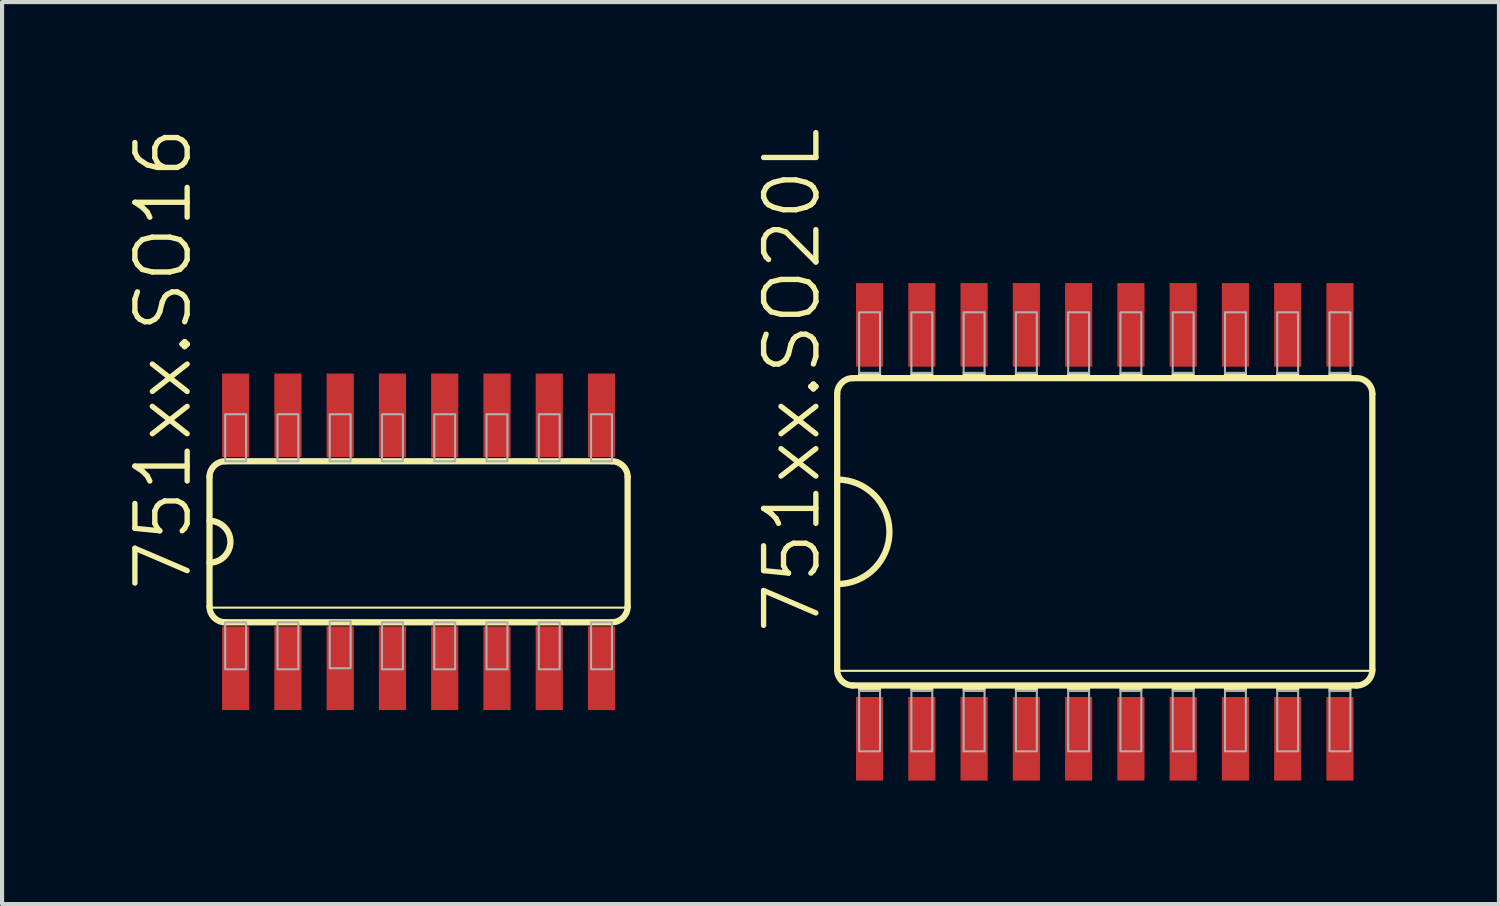
<source format=kicad_pcb>
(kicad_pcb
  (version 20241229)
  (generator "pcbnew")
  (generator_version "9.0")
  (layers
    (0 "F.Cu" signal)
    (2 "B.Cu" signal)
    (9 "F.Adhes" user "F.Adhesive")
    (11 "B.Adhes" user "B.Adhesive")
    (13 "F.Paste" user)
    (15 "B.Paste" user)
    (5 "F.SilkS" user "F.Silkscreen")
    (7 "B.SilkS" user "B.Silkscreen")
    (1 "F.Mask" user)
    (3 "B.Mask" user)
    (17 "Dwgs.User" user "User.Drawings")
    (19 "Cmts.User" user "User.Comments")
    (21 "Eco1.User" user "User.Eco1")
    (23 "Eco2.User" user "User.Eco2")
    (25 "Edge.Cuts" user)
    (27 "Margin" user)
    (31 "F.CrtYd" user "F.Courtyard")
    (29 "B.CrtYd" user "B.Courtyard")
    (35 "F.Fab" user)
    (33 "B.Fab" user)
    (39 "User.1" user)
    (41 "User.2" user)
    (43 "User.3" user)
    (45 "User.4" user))
  (footprint "751xx.SO20L"
    (layer "F.Cu")
    (at 23.795 9.873)
    (property "Reference" "751xx.SO20L" (at -6.858 2.54 90) (layer "F.SilkS") (effects (font (size 1.27 1.27) (thickness 0.13)) (justify left bottom)))
    (attr smd)
    (fp_line (start -6.502 -3.353) (end -6.502 3.353) (stroke (width 0.152) (type default)) (layer "F.SilkS"))
    (fp_line (start -6.477 3.378) (end 6.477 3.378) (stroke (width 0.051) (type default)) (layer "F.SilkS"))
    (fp_line (start -6.121 3.734) (end 6.121 3.734) (stroke (width 0.152) (type default)) (layer "F.SilkS"))
    (fp_line (start 6.121 -3.734) (end -6.121 -3.734) (stroke (width 0.152) (type default)) (layer "F.SilkS"))
    (fp_line (start 6.502 3.353) (end 6.502 -3.353) (stroke (width 0.152) (type default)) (layer "F.SilkS"))
    (fp_rect (start -5.969 -3.734) (end -5.461 -3.861) (stroke (width 0.05) (type default)) (fill yes) (layer "F.SilkS"))
    (fp_rect (start -5.969 3.861) (end -5.461 3.734) (stroke (width 0.05) (type default)) (fill yes) (layer "F.SilkS"))
    (fp_rect (start -4.699 -3.734) (end -4.191 -3.861) (stroke (width 0.05) (type default)) (fill yes) (layer "F.SilkS"))
    (fp_rect (start -4.699 3.861) (end -4.191 3.734) (stroke (width 0.05) (type default)) (fill yes) (layer "F.SilkS"))
    (fp_rect (start -3.429 -3.734) (end -2.921 -3.861) (stroke (width 0.05) (type default)) (fill yes) (layer "F.SilkS"))
    (fp_rect (start -3.429 3.861) (end -2.921 3.734) (stroke (width 0.05) (type default)) (fill yes) (layer "F.SilkS"))
    (fp_rect (start -2.159 -3.734) (end -1.651 -3.861) (stroke (width 0.05) (type default)) (fill yes) (layer "F.SilkS"))
    (fp_rect (start -2.159 3.861) (end -1.651 3.734) (stroke (width 0.05) (type default)) (fill yes) (layer "F.SilkS"))
    (fp_rect (start -0.889 -3.734) (end -0.381 -3.861) (stroke (width 0.05) (type default)) (fill yes) (layer "F.SilkS"))
    (fp_rect (start -0.889 3.861) (end -0.381 3.734) (stroke (width 0.05) (type default)) (fill yes) (layer "F.SilkS"))
    (fp_rect (start 0.381 -3.734) (end 0.889 -3.861) (stroke (width 0.05) (type default)) (fill yes) (layer "F.SilkS"))
    (fp_rect (start 0.381 3.861) (end 0.889 3.734) (stroke (width 0.05) (type default)) (fill yes) (layer "F.SilkS"))
    (fp_rect (start 1.651 -3.734) (end 2.159 -3.861) (stroke (width 0.05) (type default)) (fill yes) (layer "F.SilkS"))
    (fp_rect (start 1.651 3.861) (end 2.159 3.734) (stroke (width 0.05) (type default)) (fill yes) (layer "F.SilkS"))
    (fp_rect (start 2.921 -3.734) (end 3.429 -3.861) (stroke (width 0.05) (type default)) (fill yes) (layer "F.SilkS"))
    (fp_rect (start 2.921 3.861) (end 3.429 3.734) (stroke (width 0.05) (type default)) (fill yes) (layer "F.SilkS"))
    (fp_rect (start 4.191 -3.734) (end 4.699 -3.861) (stroke (width 0.05) (type default)) (fill yes) (layer "F.SilkS"))
    (fp_rect (start 4.191 3.861) (end 4.699 3.734) (stroke (width 0.05) (type default)) (fill yes) (layer "F.SilkS"))
    (fp_rect (start 5.461 -3.734) (end 5.969 -3.861) (stroke (width 0.05) (type default)) (fill yes) (layer "F.SilkS"))
    (fp_rect (start 5.461 3.861) (end 5.969 3.734) (stroke (width 0.05) (type default)) (fill yes) (layer "F.SilkS"))
    (fp_arc (start -6.5024 -3.3528) (mid -6.390808 -3.622208) (end -6.1214 -3.7338) (stroke (width 0.1524) (type default)) (layer "F.SilkS"))
    (fp_arc (start -6.5024 -1.27) (mid -5.2324 0) (end -6.5024 1.27) (stroke (width 0.1524) (type default)) (layer "F.SilkS"))
    (fp_arc (start -6.1214 3.7338) (mid -6.390808 3.622208) (end -6.5024 3.3528) (stroke (width 0.1524) (type default)) (layer "F.SilkS"))
    (fp_arc (start 6.1214 -3.7338) (mid 6.390808 -3.622208) (end 6.5024 -3.3528) (stroke (width 0.1524) (type default)) (layer "F.SilkS"))
    (fp_arc (start 6.5024 3.3528) (mid 6.390808 3.622208) (end 6.1214 3.7338) (stroke (width 0.1524) (type default)) (layer "F.SilkS"))
    (fp_rect (start -5.969 -3.861) (end -5.461 -5.334) (stroke (width 0.05) (type default)) (fill no) (layer "F.Fab"))
    (fp_rect (start -5.969 5.334) (end -5.461 3.861) (stroke (width 0.05) (type default)) (fill no) (layer "F.Fab"))
    (fp_rect (start -4.699 -3.861) (end -4.191 -5.334) (stroke (width 0.05) (type default)) (fill no) (layer "F.Fab"))
    (fp_rect (start -4.699 5.334) (end -4.191 3.861) (stroke (width 0.05) (type default)) (fill no) (layer "F.Fab"))
    (fp_rect (start -3.429 -3.861) (end -2.921 -5.334) (stroke (width 0.05) (type default)) (fill no) (layer "F.Fab"))
    (fp_rect (start -3.429 5.334) (end -2.921 3.861) (stroke (width 0.05) (type default)) (fill no) (layer "F.Fab"))
    (fp_rect (start -2.159 -3.861) (end -1.651 -5.334) (stroke (width 0.05) (type default)) (fill no) (layer "F.Fab"))
    (fp_rect (start -2.159 5.334) (end -1.651 3.861) (stroke (width 0.05) (type default)) (fill no) (layer "F.Fab"))
    (fp_rect (start -0.889 -3.861) (end -0.381 -5.334) (stroke (width 0.05) (type default)) (fill no) (layer "F.Fab"))
    (fp_rect (start -0.889 5.334) (end -0.381 3.861) (stroke (width 0.05) (type default)) (fill no) (layer "F.Fab"))
    (fp_rect (start 0.381 -3.861) (end 0.889 -5.334) (stroke (width 0.05) (type default)) (fill no) (layer "F.Fab"))
    (fp_rect (start 0.381 5.334) (end 0.889 3.861) (stroke (width 0.05) (type default)) (fill no) (layer "F.Fab"))
    (fp_rect (start 1.651 -3.861) (end 2.159 -5.334) (stroke (width 0.05) (type default)) (fill no) (layer "F.Fab"))
    (fp_rect (start 1.651 5.334) (end 2.159 3.861) (stroke (width 0.05) (type default)) (fill no) (layer "F.Fab"))
    (fp_rect (start 2.921 -3.861) (end 3.429 -5.334) (stroke (width 0.05) (type default)) (fill no) (layer "F.Fab"))
    (fp_rect (start 2.921 5.334) (end 3.429 3.861) (stroke (width 0.05) (type default)) (fill no) (layer "F.Fab"))
    (fp_rect (start 4.191 -3.861) (end 4.699 -5.334) (stroke (width 0.05) (type default)) (fill no) (layer "F.Fab"))
    (fp_rect (start 4.191 5.334) (end 4.699 3.861) (stroke (width 0.05) (type default)) (fill no) (layer "F.Fab"))
    (fp_rect (start 5.461 -3.861) (end 5.969 -5.334) (stroke (width 0.05) (type default)) (fill no) (layer "F.Fab"))
    (fp_rect (start 5.461 5.334) (end 5.969 3.861) (stroke (width 0.05) (type default)) (fill no) (layer "F.Fab"))
    (pad "1" smd roundrect (at -5.715 5.029) (size 0.66 2.032) (layers "F.Cu" "F.Mask" "F.Paste") (roundrect_rratio 0.01))
    (pad "2" smd roundrect (at -4.445 5.029) (size 0.66 2.032) (layers "F.Cu" "F.Mask" "F.Paste") (roundrect_rratio 0.01))
    (pad "3" smd roundrect (at -3.175 5.029) (size 0.66 2.032) (layers "F.Cu" "F.Mask" "F.Paste") (roundrect_rratio 0.01))
    (pad "4" smd roundrect (at -1.905 5.029) (size 0.66 2.032) (layers "F.Cu" "F.Mask" "F.Paste") (roundrect_rratio 0.01))
    (pad "5" smd roundrect (at -0.635 5.029) (size 0.66 2.032) (layers "F.Cu" "F.Mask" "F.Paste") (roundrect_rratio 0.01))
    (pad "6" smd roundrect (at 0.635 5.029) (size 0.66 2.032) (layers "F.Cu" "F.Mask" "F.Paste") (roundrect_rratio 0.01))
    (pad "7" smd roundrect (at 1.905 5.029) (size 0.66 2.032) (layers "F.Cu" "F.Mask" "F.Paste") (roundrect_rratio 0.01))
    (pad "8" smd roundrect (at 3.175 5.029) (size 0.66 2.032) (layers "F.Cu" "F.Mask" "F.Paste") (roundrect_rratio 0.01))
    (pad "9" smd roundrect (at 4.445 5.029) (size 0.66 2.032) (layers "F.Cu" "F.Mask" "F.Paste") (roundrect_rratio 0.01))
    (pad "10" smd roundrect (at 5.715 5.029) (size 0.66 2.032) (layers "F.Cu" "F.Mask" "F.Paste") (roundrect_rratio 0.01))
    (pad "11" smd roundrect (at 5.715 -5.029) (size 0.66 2.032) (layers "F.Cu" "F.Mask" "F.Paste") (roundrect_rratio 0.01))
    (pad "12" smd roundrect (at 4.445 -5.029) (size 0.66 2.032) (layers "F.Cu" "F.Mask" "F.Paste") (roundrect_rratio 0.01))
    (pad "13" smd roundrect (at 3.175 -5.029) (size 0.66 2.032) (layers "F.Cu" "F.Mask" "F.Paste") (roundrect_rratio 0.01))
    (pad "14" smd roundrect (at 1.905 -5.029) (size 0.66 2.032) (layers "F.Cu" "F.Mask" "F.Paste") (roundrect_rratio 0.01))
    (pad "15" smd roundrect (at 0.635 -5.029) (size 0.66 2.032) (layers "F.Cu" "F.Mask" "F.Paste") (roundrect_rratio 0.01))
    (pad "16" smd roundrect (at -0.635 -5.029) (size 0.66 2.032) (layers "F.Cu" "F.Mask" "F.Paste") (roundrect_rratio 0.01))
    (pad "17" smd roundrect (at -1.905 -5.029) (size 0.66 2.032) (layers "F.Cu" "F.Mask" "F.Paste") (roundrect_rratio 0.01))
    (pad "18" smd roundrect (at -3.175 -5.029) (size 0.66 2.032) (layers "F.Cu" "F.Mask" "F.Paste") (roundrect_rratio 0.01))
    (pad "19" smd roundrect (at -4.445 -5.029) (size 0.66 2.032) (layers "F.Cu" "F.Mask" "F.Paste") (roundrect_rratio 0.01))
    (pad "20" smd roundrect (at -5.715 -5.029) (size 0.66 2.032) (layers "F.Cu" "F.Mask" "F.Paste") (roundrect_rratio 0.01)))
  (footprint "751xx.SO16"
    (layer "F.Cu")
    (at 7.121 10.115)
    (property "Reference" "751xx.SO16" (at -5.461 1.27 90) (layer "F.SilkS") (effects (font (size 1.27 1.27) (thickness 0.13)) (justify left bottom)))
    (attr smd)
    (fp_line (start -5.08 -1.575) (end -5.08 1.575) (stroke (width 0.152) (type default)) (layer "F.SilkS"))
    (fp_line (start -5.08 1.6) (end 5.08 1.6) (stroke (width 0.051) (type default)) (layer "F.SilkS"))
    (fp_line (start -4.699 1.956) (end 4.699 1.956) (stroke (width 0.152) (type default)) (layer "F.SilkS"))
    (fp_line (start 4.699 -1.956) (end -4.699 -1.956) (stroke (width 0.152) (type default)) (layer "F.SilkS"))
    (fp_line (start 5.08 1.575) (end 5.08 -1.575) (stroke (width 0.152) (type default)) (layer "F.SilkS"))
    (fp_arc (start -5.08 -1.5748) (mid -4.968408 -1.844208) (end -4.699 -1.9558) (stroke (width 0.1524) (type default)) (layer "F.SilkS"))
    (fp_arc (start -5.08 -0.508) (mid -4.572 0) (end -5.08 0.508) (stroke (width 0.1524) (type default)) (layer "F.SilkS"))
    (fp_arc (start -4.699 1.9558) (mid -4.968408 1.844208) (end -5.08 1.5748) (stroke (width 0.1524) (type default)) (layer "F.SilkS"))
    (fp_arc (start 4.699 -1.9558) (mid 4.968408 -1.844208) (end 5.08 -1.5748) (stroke (width 0.1524) (type default)) (layer "F.SilkS"))
    (fp_arc (start 5.08 1.5748) (mid 4.968408 1.844208) (end 4.699 1.9558) (stroke (width 0.1524) (type default)) (layer "F.SilkS"))
    (fp_rect (start -4.699 -1.956) (end -4.191 -3.099) (stroke (width 0.05) (type default)) (fill no) (layer "F.Fab"))
    (fp_rect (start -4.699 3.099) (end -4.191 1.956) (stroke (width 0.05) (type default)) (fill no) (layer "F.Fab"))
    (fp_rect (start -3.429 -1.956) (end -2.921 -3.099) (stroke (width 0.05) (type default)) (fill no) (layer "F.Fab"))
    (fp_rect (start -3.429 3.099) (end -2.921 1.956) (stroke (width 0.05) (type default)) (fill no) (layer "F.Fab"))
    (fp_rect (start -2.159 -1.956) (end -1.651 -3.099) (stroke (width 0.05) (type default)) (fill no) (layer "F.Fab"))
    (fp_rect (start -2.159 3.073) (end -1.651 1.93) (stroke (width 0.05) (type default)) (fill no) (layer "F.Fab"))
    (fp_rect (start -0.889 -1.956) (end -0.381 -3.099) (stroke (width 0.05) (type default)) (fill no) (layer "F.Fab"))
    (fp_rect (start -0.889 3.099) (end -0.381 1.956) (stroke (width 0.05) (type default)) (fill no) (layer "F.Fab"))
    (fp_rect (start 0.381 -1.956) (end 0.889 -3.099) (stroke (width 0.05) (type default)) (fill no) (layer "F.Fab"))
    (fp_rect (start 0.381 3.099) (end 0.889 1.956) (stroke (width 0.05) (type default)) (fill no) (layer "F.Fab"))
    (fp_rect (start 1.651 -1.956) (end 2.159 -3.099) (stroke (width 0.05) (type default)) (fill no) (layer "F.Fab"))
    (fp_rect (start 1.651 3.099) (end 2.159 1.956) (stroke (width 0.05) (type default)) (fill no) (layer "F.Fab"))
    (fp_rect (start 2.921 -1.956) (end 3.429 -3.099) (stroke (width 0.05) (type default)) (fill no) (layer "F.Fab"))
    (fp_rect (start 2.921 3.099) (end 3.429 1.956) (stroke (width 0.05) (type default)) (fill no) (layer "F.Fab"))
    (fp_rect (start 4.191 -1.956) (end 4.699 -3.099) (stroke (width 0.05) (type default)) (fill no) (layer "F.Fab"))
    (fp_rect (start 4.191 3.099) (end 4.699 1.956) (stroke (width 0.05) (type default)) (fill no) (layer "F.Fab"))
    (pad "1" smd roundrect (at -4.445 3.073) (size 0.66 2.032) (layers "F.Cu" "F.Mask" "F.Paste") (roundrect_rratio 0.01))
    (pad "2" smd roundrect (at -3.175 3.073) (size 0.66 2.032) (layers "F.Cu" "F.Mask" "F.Paste") (roundrect_rratio 0.01))
    (pad "3" smd roundrect (at -1.905 3.073) (size 0.66 2.032) (layers "F.Cu" "F.Mask" "F.Paste") (roundrect_rratio 0.01))
    (pad "4" smd roundrect (at -0.635 3.073) (size 0.66 2.032) (layers "F.Cu" "F.Mask" "F.Paste") (roundrect_rratio 0.01))
    (pad "5" smd roundrect (at 0.635 3.073) (size 0.66 2.032) (layers "F.Cu" "F.Mask" "F.Paste") (roundrect_rratio 0.01))
    (pad "6" smd roundrect (at 1.905 3.073) (size 0.66 2.032) (layers "F.Cu" "F.Mask" "F.Paste") (roundrect_rratio 0.01))
    (pad "7" smd roundrect (at 3.175 3.073) (size 0.66 2.032) (layers "F.Cu" "F.Mask" "F.Paste") (roundrect_rratio 0.01))
    (pad "8" smd roundrect (at 4.445 3.073) (size 0.66 2.032) (layers "F.Cu" "F.Mask" "F.Paste") (roundrect_rratio 0.01))
    (pad "9" smd roundrect (at 4.445 -3.073) (size 0.66 2.032) (layers "F.Cu" "F.Mask" "F.Paste") (roundrect_rratio 0.01))
    (pad "10" smd roundrect (at 3.175 -3.073) (size 0.66 2.032) (layers "F.Cu" "F.Mask" "F.Paste") (roundrect_rratio 0.01))
    (pad "11" smd roundrect (at 1.905 -3.073) (size 0.66 2.032) (layers "F.Cu" "F.Mask" "F.Paste") (roundrect_rratio 0.01))
    (pad "12" smd roundrect (at 0.635 -3.073) (size 0.66 2.032) (layers "F.Cu" "F.Mask" "F.Paste") (roundrect_rratio 0.01))
    (pad "13" smd roundrect (at -0.635 -3.073) (size 0.66 2.032) (layers "F.Cu" "F.Mask" "F.Paste") (roundrect_rratio 0.01))
    (pad "14" smd roundrect (at -1.905 -3.073) (size 0.66 2.032) (layers "F.Cu" "F.Mask" "F.Paste") (roundrect_rratio 0.01))
    (pad "15" smd roundrect (at -3.175 -3.073) (size 0.66 2.032) (layers "F.Cu" "F.Mask" "F.Paste") (roundrect_rratio 0.01))
    (pad "16" smd roundrect (at -4.445 -3.073) (size 0.66 2.032) (layers "F.Cu" "F.Mask" "F.Paste") (roundrect_rratio 0.01)))
  (gr_rect
    (start -3 -3)
    (end 33.374 18.918)
    (stroke (width 0.1) (type default))
    (fill no)
    (layer "Edge.Cuts")))
</source>
